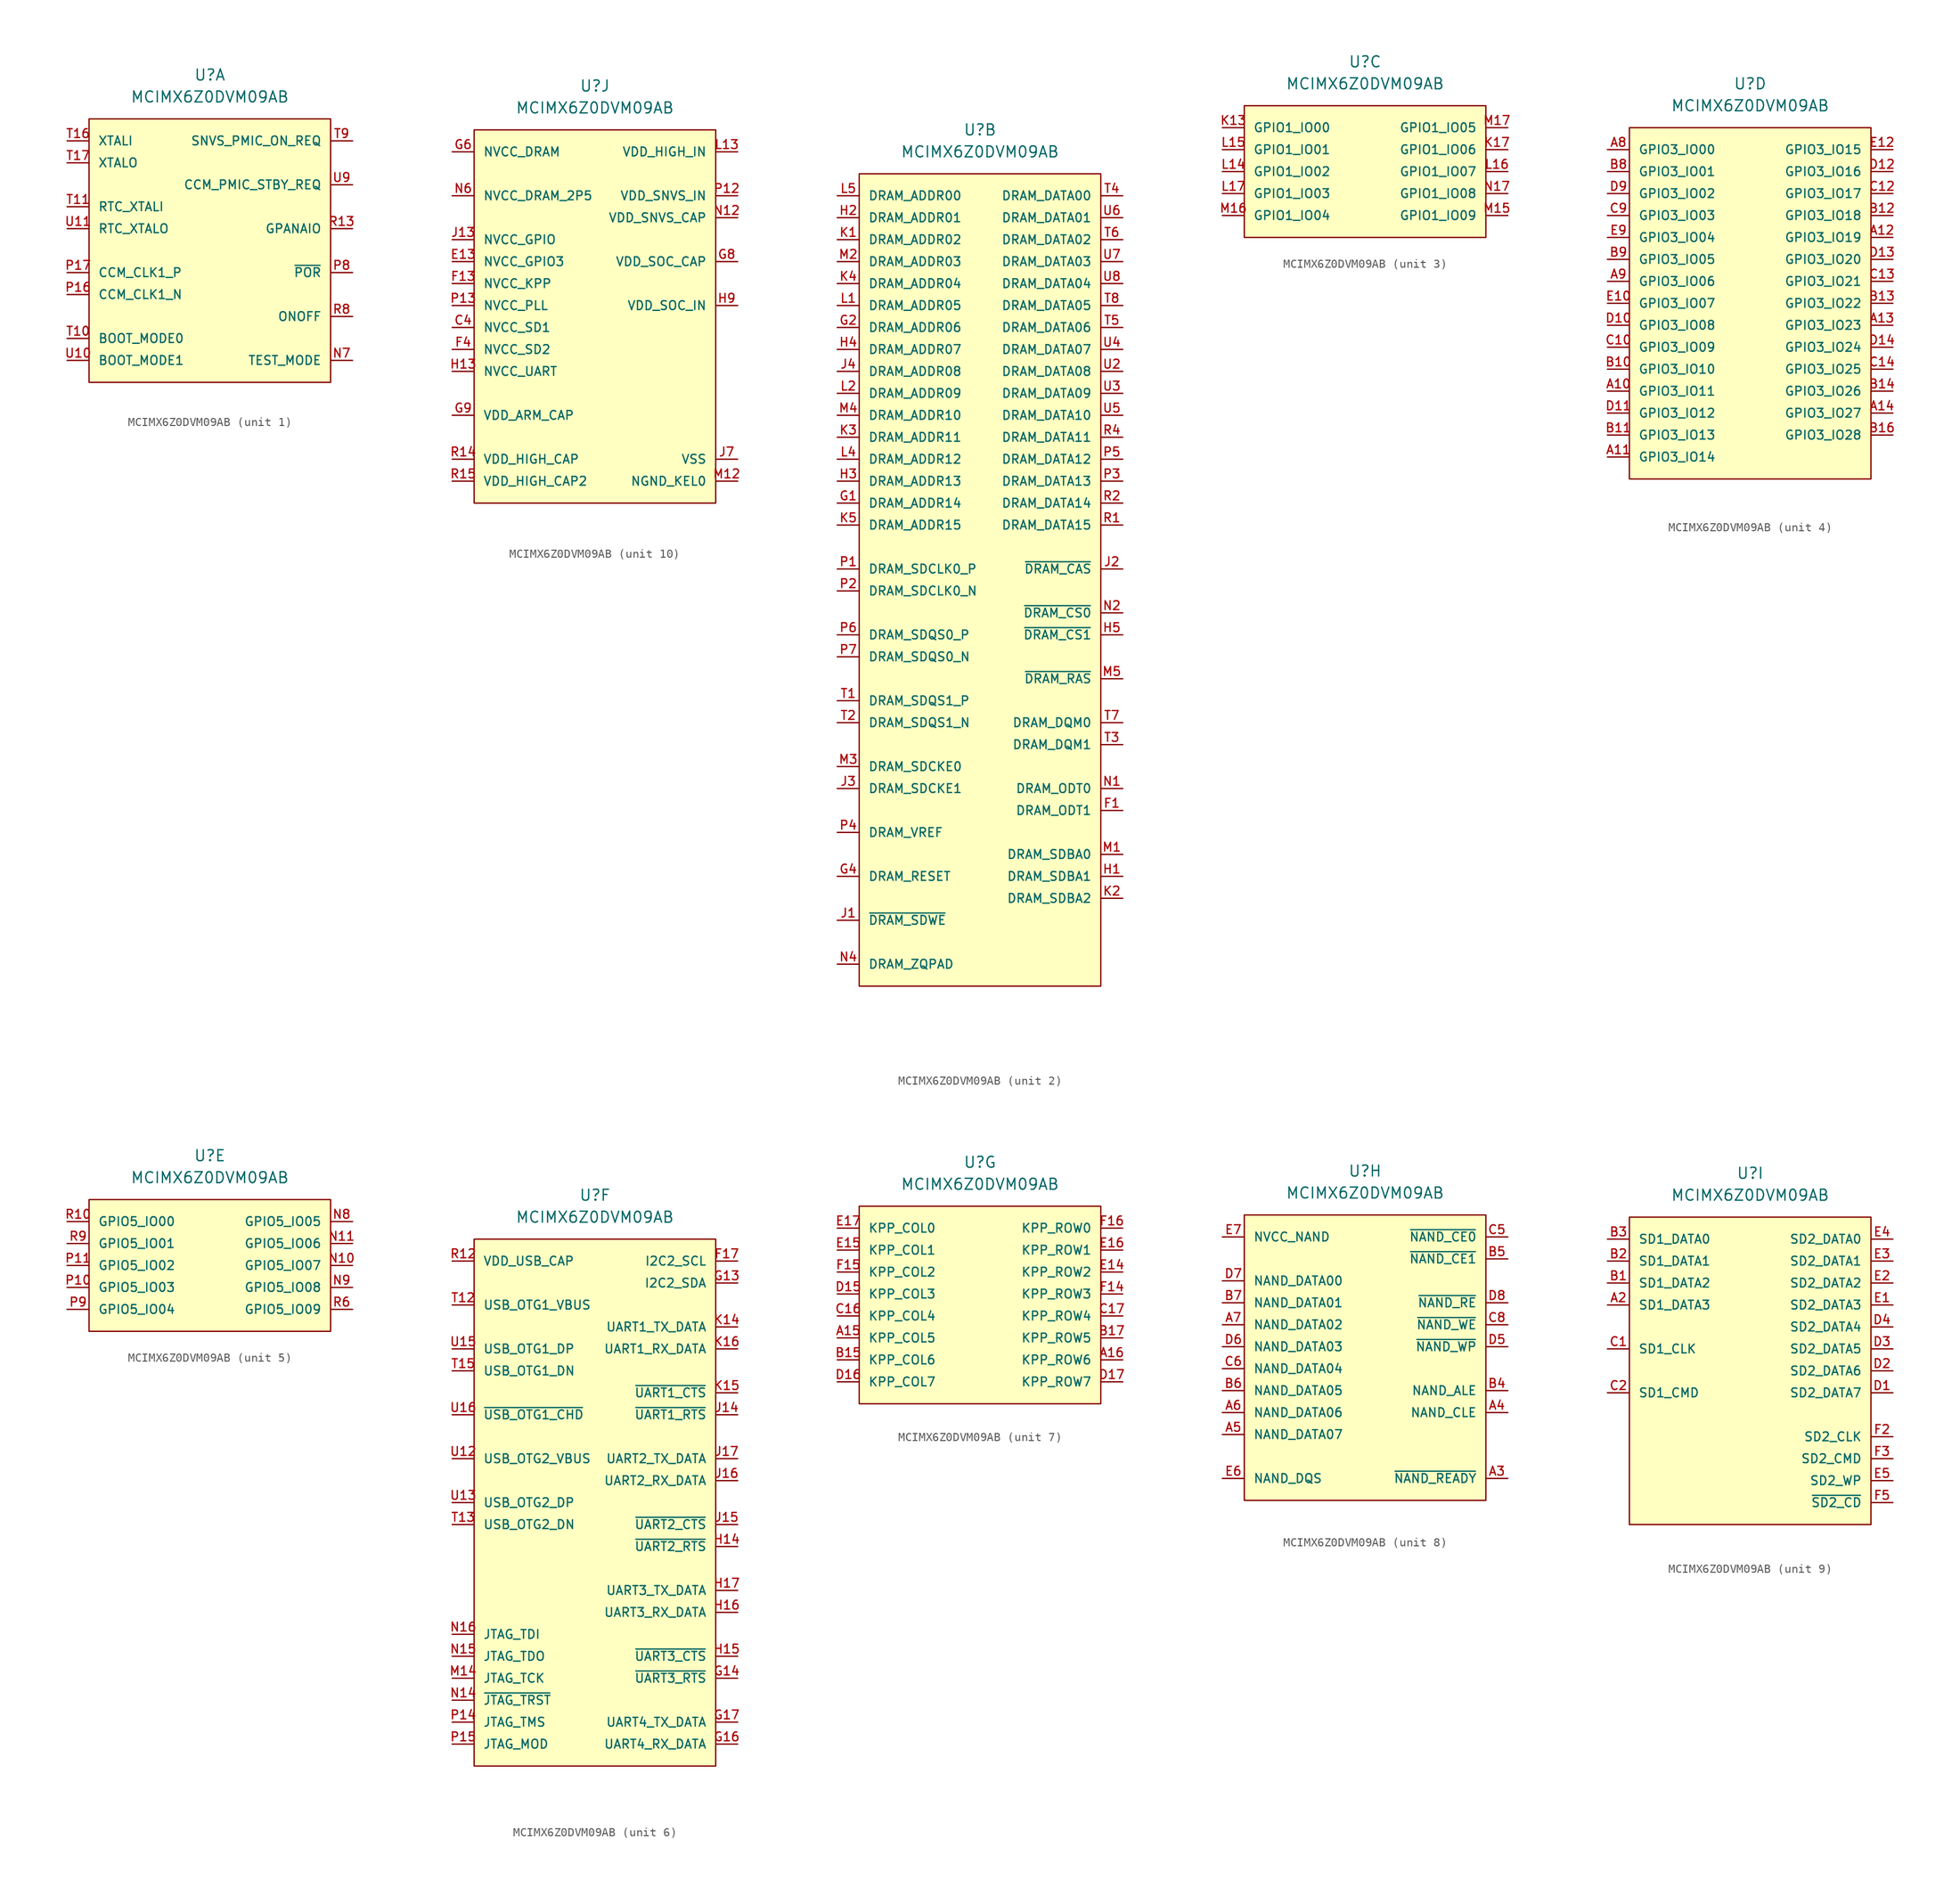
<source format=kicad_sym>
(kicad_symbol_lib
  (version 20220914)
  (generator kicad_symbol_editor)
  (symbol "MCIMX6Z0DVM09AB"
    (pin_names
      (offset 1.016))
    (property "Reference" "U"
      (at 0 5.08 0)
      (effects (font (size 1.27 1.27))))
    (property "Value" "MCIMX6Z0DVM09AB"
      (at 0 2.54 0)
      (effects (font (size 1.27 1.27))))
    (property "ki_locked" ""
      (at 0 0 0)
      (effects (font (size 1.27 1.27))))
    (symbol "MCIMX6Z0DVM09AB_1_1"
      (rectangle (start -13.97 0) (end 13.97 -30.48) (stroke (width 0) (type solid)) (fill (type background)))
      (pin passive line (at 16.51 -27.94 180) (length 2.54) (name "TEST_MODE" (effects (font (size 1.016 1.016)))) (number "N7" (effects (font (size 1.016 1.016)))))
      (pin unspecified line (at -16.51 -20.32 0) (length 2.54) (name "CCM_CLK1_N" (effects (font (size 1.016 1.016)))) (number "P16" (effects (font (size 1.016 1.016)))))
      (pin unspecified line (at -16.51 -17.78 0) (length 2.54) (name "CCM_CLK1_P" (effects (font (size 1.016 1.016)))) (number "P17" (effects (font (size 1.016 1.016)))))
      (pin input line (at 16.51 -17.78 180) (length 2.54) (name "~{POR}" (effects (font (size 1.016 1.016)))) (number "P8" (effects (font (size 1.016 1.016)))))
      (pin unspecified line (at 16.51 -12.7 180) (length 2.54) (name "GPANAIO" (effects (font (size 1.016 1.016)))) (number "R13" (effects (font (size 1.016 1.016)))))
      (pin output line (at 16.51 -22.86 180) (length 2.54) (name "ONOFF" (effects (font (size 1.016 1.016)))) (number "R8" (effects (font (size 1.016 1.016)))))
      (pin input line (at -16.51 -25.4 0) (length 2.54) (name "BOOT_MODE0" (effects (font (size 1.016 1.016)))) (number "T10" (effects (font (size 1.016 1.016)))))
      (pin passive line (at -16.51 -10.16 0) (length 2.54) (name "RTC_XTALI" (effects (font (size 1.016 1.016)))) (number "T11" (effects (font (size 1.016 1.016)))))
      (pin passive line (at -16.51 -2.54 0) (length 2.54) (name "XTALI" (effects (font (size 1.016 1.016)))) (number "T16" (effects (font (size 1.016 1.016)))))
      (pin passive line (at -16.51 -5.08 0) (length 2.54) (name "XTALO" (effects (font (size 1.016 1.016)))) (number "T17" (effects (font (size 1.016 1.016)))))
      (pin unspecified line (at 16.51 -2.54 180) (length 2.54) (name "SNVS_PMIC_ON_REQ" (effects (font (size 1.016 1.016)))) (number "T9" (effects (font (size 1.016 1.016)))))
      (pin input line (at -16.51 -27.94 0) (length 2.54) (name "BOOT_MODE1" (effects (font (size 1.016 1.016)))) (number "U10" (effects (font (size 1.016 1.016)))))
      (pin passive line (at -16.51 -12.7 0) (length 2.54) (name "RTC_XTALO" (effects (font (size 1.016 1.016)))) (number "U11" (effects (font (size 1.016 1.016)))))
      (pin unspecified line (at 16.51 -7.62 180) (length 2.54) (name "CCM_PMIC_STBY_REQ" (effects (font (size 1.016 1.016)))) (number "U9" (effects (font (size 1.016 1.016))))))
    (symbol "MCIMX6Z0DVM09AB_2_1"
      (rectangle (start -13.97 0) (end 13.97 -93.98) (stroke (width 0) (type solid)) (fill (type background)))
      (pin bidirectional line (at 16.51 -73.66 180) (length 2.54) (name "DRAM_ODT1" (effects (font (size 1.016 1.016)))) (number "F1" (effects (font (size 1.016 1.016)))))
      (pin output line (at -16.51 -38.1 0) (length 2.54) (name "DRAM_ADDR14" (effects (font (size 1.016 1.016)))) (number "G1" (effects (font (size 1.016 1.016)))))
      (pin output line (at -16.51 -17.78 0) (length 2.54) (name "DRAM_ADDR06" (effects (font (size 1.016 1.016)))) (number "G2" (effects (font (size 1.016 1.016)))))
      (pin output line (at -16.51 -81.28 0) (length 2.54) (name "DRAM_RESET" (effects (font (size 1.016 1.016)))) (number "G4" (effects (font (size 1.016 1.016)))))
      (pin output line (at 16.51 -81.28 180) (length 2.54) (name "DRAM_SDBA1" (effects (font (size 1.016 1.016)))) (number "H1" (effects (font (size 1.016 1.016)))))
      (pin output line (at -16.51 -5.08 0) (length 2.54) (name "DRAM_ADDR01" (effects (font (size 1.016 1.016)))) (number "H2" (effects (font (size 1.016 1.016)))))
      (pin output line (at -16.51 -35.56 0) (length 2.54) (name "DRAM_ADDR13" (effects (font (size 1.016 1.016)))) (number "H3" (effects (font (size 1.016 1.016)))))
      (pin output line (at -16.51 -20.32 0) (length 2.54) (name "DRAM_ADDR07" (effects (font (size 1.016 1.016)))) (number "H4" (effects (font (size 1.016 1.016)))))
      (pin output line (at 16.51 -53.34 180) (length 2.54) (name "~{DRAM_CS1}" (effects (font (size 1.016 1.016)))) (number "H5" (effects (font (size 1.016 1.016)))))
      (pin output line (at -16.51 -86.36 0) (length 2.54) (name "~{DRAM_SDWE}" (effects (font (size 1.016 1.016)))) (number "J1" (effects (font (size 1.016 1.016)))))
      (pin output line (at 16.51 -45.72 180) (length 2.54) (name "~{DRAM_CAS}" (effects (font (size 1.016 1.016)))) (number "J2" (effects (font (size 1.016 1.016)))))
      (pin output line (at -16.51 -71.12 0) (length 2.54) (name "DRAM_SDCKE1" (effects (font (size 1.016 1.016)))) (number "J3" (effects (font (size 1.016 1.016)))))
      (pin output line (at -16.51 -22.86 0) (length 2.54) (name "DRAM_ADDR08" (effects (font (size 1.016 1.016)))) (number "J4" (effects (font (size 1.016 1.016)))))
      (pin output line (at -16.51 -7.62 0) (length 2.54) (name "DRAM_ADDR02" (effects (font (size 1.016 1.016)))) (number "K1" (effects (font (size 1.016 1.016)))))
      (pin output line (at 16.51 -83.82 180) (length 2.54) (name "DRAM_SDBA2" (effects (font (size 1.016 1.016)))) (number "K2" (effects (font (size 1.016 1.016)))))
      (pin output line (at -16.51 -30.48 0) (length 2.54) (name "DRAM_ADDR11" (effects (font (size 1.016 1.016)))) (number "K3" (effects (font (size 1.016 1.016)))))
      (pin output line (at -16.51 -12.7 0) (length 2.54) (name "DRAM_ADDR04" (effects (font (size 1.016 1.016)))) (number "K4" (effects (font (size 1.016 1.016)))))
      (pin output line (at -16.51 -40.64 0) (length 2.54) (name "DRAM_ADDR15" (effects (font (size 1.016 1.016)))) (number "K5" (effects (font (size 1.016 1.016)))))
      (pin output line (at -16.51 -15.24 0) (length 2.54) (name "DRAM_ADDR05" (effects (font (size 1.016 1.016)))) (number "L1" (effects (font (size 1.016 1.016)))))
      (pin output line (at -16.51 -25.4 0) (length 2.54) (name "DRAM_ADDR09" (effects (font (size 1.016 1.016)))) (number "L2" (effects (font (size 1.016 1.016)))))
      (pin output line (at -16.51 -33.02 0) (length 2.54) (name "DRAM_ADDR12" (effects (font (size 1.016 1.016)))) (number "L4" (effects (font (size 1.016 1.016)))))
      (pin output line (at -16.51 -2.54 0) (length 2.54) (name "DRAM_ADDR00" (effects (font (size 1.016 1.016)))) (number "L5" (effects (font (size 1.016 1.016)))))
      (pin output line (at 16.51 -78.74 180) (length 2.54) (name "DRAM_SDBA0" (effects (font (size 1.016 1.016)))) (number "M1" (effects (font (size 1.016 1.016)))))
      (pin output line (at -16.51 -10.16 0) (length 2.54) (name "DRAM_ADDR03" (effects (font (size 1.016 1.016)))) (number "M2" (effects (font (size 1.016 1.016)))))
      (pin output line (at -16.51 -68.58 0) (length 2.54) (name "DRAM_SDCKE0" (effects (font (size 1.016 1.016)))) (number "M3" (effects (font (size 1.016 1.016)))))
      (pin output line (at -16.51 -27.94 0) (length 2.54) (name "DRAM_ADDR10" (effects (font (size 1.016 1.016)))) (number "M4" (effects (font (size 1.016 1.016)))))
      (pin output line (at 16.51 -58.42 180) (length 2.54) (name "~{DRAM_RAS}" (effects (font (size 1.016 1.016)))) (number "M5" (effects (font (size 1.016 1.016)))))
      (pin bidirectional line (at 16.51 -71.12 180) (length 2.54) (name "DRAM_ODT0" (effects (font (size 1.016 1.016)))) (number "N1" (effects (font (size 1.016 1.016)))))
      (pin output line (at 16.51 -50.8 180) (length 2.54) (name "~{DRAM_CS0}" (effects (font (size 1.016 1.016)))) (number "N2" (effects (font (size 1.016 1.016)))))
      (pin unspecified line (at -16.51 -91.44 0) (length 2.54) (name "DRAM_ZQPAD" (effects (font (size 1.016 1.016)))) (number "N4" (effects (font (size 1.016 1.016)))))
      (pin output line (at -16.51 -45.72 0) (length 2.54) (name "DRAM_SDCLK0_P" (effects (font (size 1.016 1.016)))) (number "P1" (effects (font (size 1.016 1.016)))))
      (pin output line (at -16.51 -48.26 0) (length 2.54) (name "DRAM_SDCLK0_N" (effects (font (size 1.016 1.016)))) (number "P2" (effects (font (size 1.016 1.016)))))
      (pin bidirectional line (at 16.51 -35.56 180) (length 2.54) (name "DRAM_DATA13" (effects (font (size 1.016 1.016)))) (number "P3" (effects (font (size 1.016 1.016)))))
      (pin unspecified line (at -16.51 -76.2 0) (length 2.54) (name "DRAM_VREF" (effects (font (size 1.016 1.016)))) (number "P4" (effects (font (size 1.016 1.016)))))
      (pin bidirectional line (at 16.51 -33.02 180) (length 2.54) (name "DRAM_DATA12" (effects (font (size 1.016 1.016)))) (number "P5" (effects (font (size 1.016 1.016)))))
      (pin unspecified line (at -16.51 -53.34 0) (length 2.54) (name "DRAM_SDQS0_P" (effects (font (size 1.016 1.016)))) (number "P6" (effects (font (size 1.016 1.016)))))
      (pin unspecified line (at -16.51 -55.88 0) (length 2.54) (name "DRAM_SDQS0_N" (effects (font (size 1.016 1.016)))) (number "P7" (effects (font (size 1.016 1.016)))))
      (pin bidirectional line (at 16.51 -40.64 180) (length 2.54) (name "DRAM_DATA15" (effects (font (size 1.016 1.016)))) (number "R1" (effects (font (size 1.016 1.016)))))
      (pin bidirectional line (at 16.51 -38.1 180) (length 2.54) (name "DRAM_DATA14" (effects (font (size 1.016 1.016)))) (number "R2" (effects (font (size 1.016 1.016)))))
      (pin bidirectional line (at 16.51 -30.48 180) (length 2.54) (name "DRAM_DATA11" (effects (font (size 1.016 1.016)))) (number "R4" (effects (font (size 1.016 1.016)))))
      (pin unspecified line (at -16.51 -60.96 0) (length 2.54) (name "DRAM_SDQS1_P" (effects (font (size 1.016 1.016)))) (number "T1" (effects (font (size 1.016 1.016)))))
      (pin unspecified line (at -16.51 -63.5 0) (length 2.54) (name "DRAM_SDQS1_N" (effects (font (size 1.016 1.016)))) (number "T2" (effects (font (size 1.016 1.016)))))
      (pin unspecified line (at 16.51 -66.04 180) (length 2.54) (name "DRAM_DQM1" (effects (font (size 1.016 1.016)))) (number "T3" (effects (font (size 1.016 1.016)))))
      (pin bidirectional line (at 16.51 -2.54 180) (length 2.54) (name "DRAM_DATA00" (effects (font (size 1.016 1.016)))) (number "T4" (effects (font (size 1.016 1.016)))))
      (pin bidirectional line (at 16.51 -17.78 180) (length 2.54) (name "DRAM_DATA06" (effects (font (size 1.016 1.016)))) (number "T5" (effects (font (size 1.016 1.016)))))
      (pin bidirectional line (at 16.51 -7.62 180) (length 2.54) (name "DRAM_DATA02" (effects (font (size 1.016 1.016)))) (number "T6" (effects (font (size 1.016 1.016)))))
      (pin unspecified line (at 16.51 -63.5 180) (length 2.54) (name "DRAM_DQM0" (effects (font (size 1.016 1.016)))) (number "T7" (effects (font (size 1.016 1.016)))))
      (pin bidirectional line (at 16.51 -15.24 180) (length 2.54) (name "DRAM_DATA05" (effects (font (size 1.016 1.016)))) (number "T8" (effects (font (size 1.016 1.016)))))
      (pin bidirectional line (at 16.51 -22.86 180) (length 2.54) (name "DRAM_DATA08" (effects (font (size 1.016 1.016)))) (number "U2" (effects (font (size 1.016 1.016)))))
      (pin bidirectional line (at 16.51 -25.4 180) (length 2.54) (name "DRAM_DATA09" (effects (font (size 1.016 1.016)))) (number "U3" (effects (font (size 1.016 1.016)))))
      (pin bidirectional line (at 16.51 -20.32 180) (length 2.54) (name "DRAM_DATA07" (effects (font (size 1.016 1.016)))) (number "U4" (effects (font (size 1.016 1.016)))))
      (pin bidirectional line (at 16.51 -27.94 180) (length 2.54) (name "DRAM_DATA10" (effects (font (size 1.016 1.016)))) (number "U5" (effects (font (size 1.016 1.016)))))
      (pin bidirectional line (at 16.51 -5.08 180) (length 2.54) (name "DRAM_DATA01" (effects (font (size 1.016 1.016)))) (number "U6" (effects (font (size 1.016 1.016)))))
      (pin bidirectional line (at 16.51 -10.16 180) (length 2.54) (name "DRAM_DATA03" (effects (font (size 1.016 1.016)))) (number "U7" (effects (font (size 1.016 1.016)))))
      (pin bidirectional line (at 16.51 -12.7 180) (length 2.54) (name "DRAM_DATA04" (effects (font (size 1.016 1.016)))) (number "U8" (effects (font (size 1.016 1.016))))))
    (symbol "MCIMX6Z0DVM09AB_3_1"
      (rectangle (start -13.97 0) (end 13.97 -15.24) (stroke (width 0) (type solid)) (fill (type background)))
      (pin unspecified line (at -16.51 -2.54 0) (length 2.54) (name "GPIO1_IO00" (effects (font (size 1.016 1.016)))) (number "K13" (effects (font (size 1.016 1.016)))))
      (pin unspecified line (at 16.51 -5.08 180) (length 2.54) (name "GPIO1_IO06" (effects (font (size 1.016 1.016)))) (number "K17" (effects (font (size 1.016 1.016)))))
      (pin unspecified line (at -16.51 -7.62 0) (length 2.54) (name "GPIO1_IO02" (effects (font (size 1.016 1.016)))) (number "L14" (effects (font (size 1.016 1.016)))))
      (pin unspecified line (at -16.51 -5.08 0) (length 2.54) (name "GPIO1_IO01" (effects (font (size 1.016 1.016)))) (number "L15" (effects (font (size 1.016 1.016)))))
      (pin unspecified line (at 16.51 -7.62 180) (length 2.54) (name "GPIO1_IO07" (effects (font (size 1.016 1.016)))) (number "L16" (effects (font (size 1.016 1.016)))))
      (pin unspecified line (at -16.51 -10.16 0) (length 2.54) (name "GPIO1_IO03" (effects (font (size 1.016 1.016)))) (number "L17" (effects (font (size 1.016 1.016)))))
      (pin unspecified line (at 16.51 -12.7 180) (length 2.54) (name "GPIO1_IO09" (effects (font (size 1.016 1.016)))) (number "M15" (effects (font (size 1.016 1.016)))))
      (pin unspecified line (at -16.51 -12.7 0) (length 2.54) (name "GPIO1_IO04" (effects (font (size 1.016 1.016)))) (number "M16" (effects (font (size 1.016 1.016)))))
      (pin unspecified line (at 16.51 -2.54 180) (length 2.54) (name "GPIO1_IO05" (effects (font (size 1.016 1.016)))) (number "M17" (effects (font (size 1.016 1.016)))))
      (pin unspecified line (at 16.51 -10.16 180) (length 2.54) (name "GPIO1_IO08" (effects (font (size 1.016 1.016)))) (number "N17" (effects (font (size 1.016 1.016))))))
    (symbol "MCIMX6Z0DVM09AB_4_1"
      (rectangle (start -13.97 0) (end 13.97 -40.64) (stroke (width 0) (type solid)) (fill (type background)))
      (pin unspecified line (at -16.51 -30.48 0) (length 2.54) (name "GPIO3_IO11" (effects (font (size 1.016 1.016)))) (number "A10" (effects (font (size 1.016 1.016)))))
      (pin unspecified line (at -16.51 -38.1 0) (length 2.54) (name "GPIO3_IO14" (effects (font (size 1.016 1.016)))) (number "A11" (effects (font (size 1.016 1.016)))))
      (pin unspecified line (at 16.51 -12.7 180) (length 2.54) (name "GPIO3_IO19" (effects (font (size 1.016 1.016)))) (number "A12" (effects (font (size 1.016 1.016)))))
      (pin unspecified line (at 16.51 -22.86 180) (length 2.54) (name "GPIO3_IO23" (effects (font (size 1.016 1.016)))) (number "A13" (effects (font (size 1.016 1.016)))))
      (pin unspecified line (at 16.51 -33.02 180) (length 2.54) (name "GPIO3_IO27" (effects (font (size 1.016 1.016)))) (number "A14" (effects (font (size 1.016 1.016)))))
      (pin unspecified line (at -16.51 -2.54 0) (length 2.54) (name "GPIO3_IO00" (effects (font (size 1.016 1.016)))) (number "A8" (effects (font (size 1.016 1.016)))))
      (pin unspecified line (at -16.51 -17.78 0) (length 2.54) (name "GPIO3_IO06" (effects (font (size 1.016 1.016)))) (number "A9" (effects (font (size 1.016 1.016)))))
      (pin unspecified line (at -16.51 -27.94 0) (length 2.54) (name "GPIO3_IO10" (effects (font (size 1.016 1.016)))) (number "B10" (effects (font (size 1.016 1.016)))))
      (pin unspecified line (at -16.51 -35.56 0) (length 2.54) (name "GPIO3_IO13" (effects (font (size 1.016 1.016)))) (number "B11" (effects (font (size 1.016 1.016)))))
      (pin unspecified line (at 16.51 -10.16 180) (length 2.54) (name "GPIO3_IO18" (effects (font (size 1.016 1.016)))) (number "B12" (effects (font (size 1.016 1.016)))))
      (pin unspecified line (at 16.51 -20.32 180) (length 2.54) (name "GPIO3_IO22" (effects (font (size 1.016 1.016)))) (number "B13" (effects (font (size 1.016 1.016)))))
      (pin unspecified line (at 16.51 -30.48 180) (length 2.54) (name "GPIO3_IO26" (effects (font (size 1.016 1.016)))) (number "B14" (effects (font (size 1.016 1.016)))))
      (pin unspecified line (at 16.51 -35.56 180) (length 2.54) (name "GPIO3_IO28" (effects (font (size 1.016 1.016)))) (number "B16" (effects (font (size 1.016 1.016)))))
      (pin unspecified line (at -16.51 -5.08 0) (length 2.54) (name "GPIO3_IO01" (effects (font (size 1.016 1.016)))) (number "B8" (effects (font (size 1.016 1.016)))))
      (pin unspecified line (at -16.51 -15.24 0) (length 2.54) (name "GPIO3_IO05" (effects (font (size 1.016 1.016)))) (number "B9" (effects (font (size 1.016 1.016)))))
      (pin unspecified line (at -16.51 -25.4 0) (length 2.54) (name "GPIO3_IO09" (effects (font (size 1.016 1.016)))) (number "C10" (effects (font (size 1.016 1.016)))))
      (pin unspecified line (at 16.51 -7.62 180) (length 2.54) (name "GPIO3_IO17" (effects (font (size 1.016 1.016)))) (number "C12" (effects (font (size 1.016 1.016)))))
      (pin unspecified line (at 16.51 -17.78 180) (length 2.54) (name "GPIO3_IO21" (effects (font (size 1.016 1.016)))) (number "C13" (effects (font (size 1.016 1.016)))))
      (pin unspecified line (at 16.51 -27.94 180) (length 2.54) (name "GPIO3_IO25" (effects (font (size 1.016 1.016)))) (number "C14" (effects (font (size 1.016 1.016)))))
      (pin unspecified line (at -16.51 -10.16 0) (length 2.54) (name "GPIO3_IO03" (effects (font (size 1.016 1.016)))) (number "C9" (effects (font (size 1.016 1.016)))))
      (pin unspecified line (at -16.51 -22.86 0) (length 2.54) (name "GPIO3_IO08" (effects (font (size 1.016 1.016)))) (number "D10" (effects (font (size 1.016 1.016)))))
      (pin unspecified line (at -16.51 -33.02 0) (length 2.54) (name "GPIO3_IO12" (effects (font (size 1.016 1.016)))) (number "D11" (effects (font (size 1.016 1.016)))))
      (pin unspecified line (at 16.51 -5.08 180) (length 2.54) (name "GPIO3_IO16" (effects (font (size 1.016 1.016)))) (number "D12" (effects (font (size 1.016 1.016)))))
      (pin unspecified line (at 16.51 -15.24 180) (length 2.54) (name "GPIO3_IO20" (effects (font (size 1.016 1.016)))) (number "D13" (effects (font (size 1.016 1.016)))))
      (pin unspecified line (at 16.51 -25.4 180) (length 2.54) (name "GPIO3_IO24" (effects (font (size 1.016 1.016)))) (number "D14" (effects (font (size 1.016 1.016)))))
      (pin unspecified line (at -16.51 -7.62 0) (length 2.54) (name "GPIO3_IO02" (effects (font (size 1.016 1.016)))) (number "D9" (effects (font (size 1.016 1.016)))))
      (pin unspecified line (at -16.51 -20.32 0) (length 2.54) (name "GPIO3_IO07" (effects (font (size 1.016 1.016)))) (number "E10" (effects (font (size 1.016 1.016)))))
      (pin unspecified line (at 16.51 -2.54 180) (length 2.54) (name "GPIO3_IO15" (effects (font (size 1.016 1.016)))) (number "E12" (effects (font (size 1.016 1.016)))))
      (pin unspecified line (at -16.51 -12.7 0) (length 2.54) (name "GPIO3_IO04" (effects (font (size 1.016 1.016)))) (number "E9" (effects (font (size 1.016 1.016))))))
    (symbol "MCIMX6Z0DVM09AB_5_1"
      (rectangle (start -13.97 0) (end 13.97 -15.24) (stroke (width 0) (type solid)) (fill (type background)))
      (pin unspecified line (at 16.51 -7.62 180) (length 2.54) (name "GPIO5_IO07" (effects (font (size 1.016 1.016)))) (number "N10" (effects (font (size 1.016 1.016)))))
      (pin unspecified line (at 16.51 -5.08 180) (length 2.54) (name "GPIO5_IO06" (effects (font (size 1.016 1.016)))) (number "N11" (effects (font (size 1.016 1.016)))))
      (pin unspecified line (at 16.51 -2.54 180) (length 2.54) (name "GPIO5_IO05" (effects (font (size 1.016 1.016)))) (number "N8" (effects (font (size 1.016 1.016)))))
      (pin unspecified line (at 16.51 -10.16 180) (length 2.54) (name "GPIO5_IO08" (effects (font (size 1.016 1.016)))) (number "N9" (effects (font (size 1.016 1.016)))))
      (pin unspecified line (at -16.51 -10.16 0) (length 2.54) (name "GPIO5_IO03" (effects (font (size 1.016 1.016)))) (number "P10" (effects (font (size 1.016 1.016)))))
      (pin unspecified line (at -16.51 -7.62 0) (length 2.54) (name "GPIO5_IO02" (effects (font (size 1.016 1.016)))) (number "P11" (effects (font (size 1.016 1.016)))))
      (pin unspecified line (at -16.51 -12.7 0) (length 2.54) (name "GPIO5_IO04" (effects (font (size 1.016 1.016)))) (number "P9" (effects (font (size 1.016 1.016)))))
      (pin unspecified line (at -16.51 -2.54 0) (length 2.54) (name "GPIO5_IO00" (effects (font (size 1.016 1.016)))) (number "R10" (effects (font (size 1.016 1.016)))))
      (pin unspecified line (at 16.51 -12.7 180) (length 2.54) (name "GPIO5_IO09" (effects (font (size 1.016 1.016)))) (number "R6" (effects (font (size 1.016 1.016)))))
      (pin unspecified line (at -16.51 -5.08 0) (length 2.54) (name "GPIO5_IO01" (effects (font (size 1.016 1.016)))) (number "R9" (effects (font (size 1.016 1.016))))))
    (symbol "MCIMX6Z0DVM09AB_6_1"
      (rectangle (start -13.97 0) (end 13.97 -60.96) (stroke (width 0) (type solid)) (fill (type background)))
      (pin unspecified line (at 16.51 -2.54 180) (length 2.54) (name "I2C2_SCL" (effects (font (size 1.016 1.016)))) (number "F17" (effects (font (size 1.016 1.016)))))
      (pin unspecified line (at 16.51 -5.08 180) (length 2.54) (name "I2C2_SDA" (effects (font (size 1.016 1.016)))) (number "G13" (effects (font (size 1.016 1.016)))))
      (pin unspecified line (at 16.51 -50.8 180) (length 2.54) (name "~{UART3_RTS}" (effects (font (size 1.016 1.016)))) (number "G14" (effects (font (size 1.016 1.016)))))
      (pin unspecified line (at 16.51 -58.42 180) (length 2.54) (name "UART4_RX_DATA" (effects (font (size 1.016 1.016)))) (number "G16" (effects (font (size 1.016 1.016)))))
      (pin unspecified line (at 16.51 -55.88 180) (length 2.54) (name "UART4_TX_DATA" (effects (font (size 1.016 1.016)))) (number "G17" (effects (font (size 1.016 1.016)))))
      (pin unspecified line (at 16.51 -35.56 180) (length 2.54) (name "~{UART2_RTS}" (effects (font (size 1.016 1.016)))) (number "H14" (effects (font (size 1.016 1.016)))))
      (pin unspecified line (at 16.51 -48.26 180) (length 2.54) (name "~{UART3_CTS}" (effects (font (size 1.016 1.016)))) (number "H15" (effects (font (size 1.016 1.016)))))
      (pin unspecified line (at 16.51 -43.18 180) (length 2.54) (name "UART3_RX_DATA" (effects (font (size 1.016 1.016)))) (number "H16" (effects (font (size 1.016 1.016)))))
      (pin unspecified line (at 16.51 -40.64 180) (length 2.54) (name "UART3_TX_DATA" (effects (font (size 1.016 1.016)))) (number "H17" (effects (font (size 1.016 1.016)))))
      (pin unspecified line (at 16.51 -20.32 180) (length 2.54) (name "~{UART1_RTS}" (effects (font (size 1.016 1.016)))) (number "J14" (effects (font (size 1.016 1.016)))))
      (pin unspecified line (at 16.51 -33.02 180) (length 2.54) (name "~{UART2_CTS}" (effects (font (size 1.016 1.016)))) (number "J15" (effects (font (size 1.016 1.016)))))
      (pin unspecified line (at 16.51 -27.94 180) (length 2.54) (name "UART2_RX_DATA" (effects (font (size 1.016 1.016)))) (number "J16" (effects (font (size 1.016 1.016)))))
      (pin unspecified line (at 16.51 -25.4 180) (length 2.54) (name "UART2_TX_DATA" (effects (font (size 1.016 1.016)))) (number "J17" (effects (font (size 1.016 1.016)))))
      (pin unspecified line (at 16.51 -10.16 180) (length 2.54) (name "UART1_TX_DATA" (effects (font (size 1.016 1.016)))) (number "K14" (effects (font (size 1.016 1.016)))))
      (pin unspecified line (at 16.51 -17.78 180) (length 2.54) (name "~{UART1_CTS}" (effects (font (size 1.016 1.016)))) (number "K15" (effects (font (size 1.016 1.016)))))
      (pin unspecified line (at 16.51 -12.7 180) (length 2.54) (name "UART1_RX_DATA" (effects (font (size 1.016 1.016)))) (number "K16" (effects (font (size 1.016 1.016)))))
      (pin unspecified line (at -16.51 -50.8 0) (length 2.54) (name "JTAG_TCK" (effects (font (size 1.016 1.016)))) (number "M14" (effects (font (size 1.016 1.016)))))
      (pin unspecified line (at -16.51 -53.34 0) (length 2.54) (name "~{JTAG_TRST}" (effects (font (size 1.016 1.016)))) (number "N14" (effects (font (size 1.016 1.016)))))
      (pin unspecified line (at -16.51 -48.26 0) (length 2.54) (name "JTAG_TDO" (effects (font (size 1.016 1.016)))) (number "N15" (effects (font (size 1.016 1.016)))))
      (pin unspecified line (at -16.51 -45.72 0) (length 2.54) (name "JTAG_TDI" (effects (font (size 1.016 1.016)))) (number "N16" (effects (font (size 1.016 1.016)))))
      (pin unspecified line (at -16.51 -55.88 0) (length 2.54) (name "JTAG_TMS" (effects (font (size 1.016 1.016)))) (number "P14" (effects (font (size 1.016 1.016)))))
      (pin unspecified line (at -16.51 -58.42 0) (length 2.54) (name "JTAG_MOD" (effects (font (size 1.016 1.016)))) (number "P15" (effects (font (size 1.016 1.016)))))
      (pin unspecified line (at -16.51 -2.54 0) (length 2.54) (name "VDD_USB_CAP" (effects (font (size 1.016 1.016)))) (number "R12" (effects (font (size 1.016 1.016)))))
      (pin input line (at -16.51 -7.62 0) (length 2.54) (name "USB_OTG1_VBUS" (effects (font (size 1.016 1.016)))) (number "T12" (effects (font (size 1.016 1.016)))))
      (pin bidirectional line (at -16.51 -33.02 0) (length 2.54) (name "USB_OTG2_DN" (effects (font (size 1.016 1.016)))) (number "T13" (effects (font (size 1.016 1.016)))))
      (pin bidirectional line (at -16.51 -15.24 0) (length 2.54) (name "USB_OTG1_DN" (effects (font (size 1.016 1.016)))) (number "T15" (effects (font (size 1.016 1.016)))))
      (pin power_in line (at -16.51 -25.4 0) (length 2.54) (name "USB_OTG2_VBUS" (effects (font (size 1.016 1.016)))) (number "U12" (effects (font (size 1.016 1.016)))))
      (pin bidirectional line (at -16.51 -30.48 0) (length 2.54) (name "USB_OTG2_DP" (effects (font (size 1.016 1.016)))) (number "U13" (effects (font (size 1.016 1.016)))))
      (pin bidirectional line (at -16.51 -12.7 0) (length 2.54) (name "USB_OTG1_DP" (effects (font (size 1.016 1.016)))) (number "U15" (effects (font (size 1.016 1.016)))))
      (pin unspecified line (at -16.51 -20.32 0) (length 2.54) (name "~{USB_OTG1_CHD}" (effects (font (size 1.016 1.016)))) (number "U16" (effects (font (size 1.016 1.016))))))
    (symbol "MCIMX6Z0DVM09AB_7_1"
      (rectangle (start -13.97 0) (end 13.97 -22.86) (stroke (width 0) (type solid)) (fill (type background)))
      (pin unspecified line (at -16.51 -15.24 0) (length 2.54) (name "KPP_COL5" (effects (font (size 1.016 1.016)))) (number "A15" (effects (font (size 1.016 1.016)))))
      (pin unspecified line (at 16.51 -17.78 180) (length 2.54) (name "KPP_ROW6" (effects (font (size 1.016 1.016)))) (number "A16" (effects (font (size 1.016 1.016)))))
      (pin unspecified line (at -16.51 -17.78 0) (length 2.54) (name "KPP_COL6" (effects (font (size 1.016 1.016)))) (number "B15" (effects (font (size 1.016 1.016)))))
      (pin unspecified line (at 16.51 -15.24 180) (length 2.54) (name "KPP_ROW5" (effects (font (size 1.016 1.016)))) (number "B17" (effects (font (size 1.016 1.016)))))
      (pin unspecified line (at -16.51 -12.7 0) (length 2.54) (name "KPP_COL4" (effects (font (size 1.016 1.016)))) (number "C16" (effects (font (size 1.016 1.016)))))
      (pin unspecified line (at 16.51 -12.7 180) (length 2.54) (name "KPP_ROW4" (effects (font (size 1.016 1.016)))) (number "C17" (effects (font (size 1.016 1.016)))))
      (pin unspecified line (at -16.51 -10.16 0) (length 2.54) (name "KPP_COL3" (effects (font (size 1.016 1.016)))) (number "D15" (effects (font (size 1.016 1.016)))))
      (pin unspecified line (at -16.51 -20.32 0) (length 2.54) (name "KPP_COL7" (effects (font (size 1.016 1.016)))) (number "D16" (effects (font (size 1.016 1.016)))))
      (pin unspecified line (at 16.51 -20.32 180) (length 2.54) (name "KPP_ROW7" (effects (font (size 1.016 1.016)))) (number "D17" (effects (font (size 1.016 1.016)))))
      (pin unspecified line (at 16.51 -7.62 180) (length 2.54) (name "KPP_ROW2" (effects (font (size 1.016 1.016)))) (number "E14" (effects (font (size 1.016 1.016)))))
      (pin unspecified line (at -16.51 -5.08 0) (length 2.54) (name "KPP_COL1" (effects (font (size 1.016 1.016)))) (number "E15" (effects (font (size 1.016 1.016)))))
      (pin unspecified line (at 16.51 -5.08 180) (length 2.54) (name "KPP_ROW1" (effects (font (size 1.016 1.016)))) (number "E16" (effects (font (size 1.016 1.016)))))
      (pin unspecified line (at -16.51 -2.54 0) (length 2.54) (name "KPP_COL0" (effects (font (size 1.016 1.016)))) (number "E17" (effects (font (size 1.016 1.016)))))
      (pin unspecified line (at 16.51 -10.16 180) (length 2.54) (name "KPP_ROW3" (effects (font (size 1.016 1.016)))) (number "F14" (effects (font (size 1.016 1.016)))))
      (pin unspecified line (at -16.51 -7.62 0) (length 2.54) (name "KPP_COL2" (effects (font (size 1.016 1.016)))) (number "F15" (effects (font (size 1.016 1.016)))))
      (pin unspecified line (at 16.51 -2.54 180) (length 2.54) (name "KPP_ROW0" (effects (font (size 1.016 1.016)))) (number "F16" (effects (font (size 1.016 1.016))))))
    (symbol "MCIMX6Z0DVM09AB_8_1"
      (rectangle (start -13.97 0) (end 13.97 -33.02) (stroke (width 0) (type solid)) (fill (type background)))
      (pin unspecified line (at 16.51 -30.48 180) (length 2.54) (name "~{NAND_READY}" (effects (font (size 1.016 1.016)))) (number "A3" (effects (font (size 1.016 1.016)))))
      (pin unspecified line (at 16.51 -22.86 180) (length 2.54) (name "NAND_CLE" (effects (font (size 1.016 1.016)))) (number "A4" (effects (font (size 1.016 1.016)))))
      (pin unspecified line (at -16.51 -25.4 0) (length 2.54) (name "NAND_DATA07" (effects (font (size 1.016 1.016)))) (number "A5" (effects (font (size 1.016 1.016)))))
      (pin unspecified line (at -16.51 -22.86 0) (length 2.54) (name "NAND_DATA06" (effects (font (size 1.016 1.016)))) (number "A6" (effects (font (size 1.016 1.016)))))
      (pin unspecified line (at -16.51 -12.7 0) (length 2.54) (name "NAND_DATA02" (effects (font (size 1.016 1.016)))) (number "A7" (effects (font (size 1.016 1.016)))))
      (pin unspecified line (at 16.51 -20.32 180) (length 2.54) (name "NAND_ALE" (effects (font (size 1.016 1.016)))) (number "B4" (effects (font (size 1.016 1.016)))))
      (pin unspecified line (at 16.51 -5.08 180) (length 2.54) (name "~{NAND_CE1}" (effects (font (size 1.016 1.016)))) (number "B5" (effects (font (size 1.016 1.016)))))
      (pin unspecified line (at -16.51 -20.32 0) (length 2.54) (name "NAND_DATA05" (effects (font (size 1.016 1.016)))) (number "B6" (effects (font (size 1.016 1.016)))))
      (pin unspecified line (at -16.51 -10.16 0) (length 2.54) (name "NAND_DATA01" (effects (font (size 1.016 1.016)))) (number "B7" (effects (font (size 1.016 1.016)))))
      (pin unspecified line (at 16.51 -2.54 180) (length 2.54) (name "~{NAND_CE0}" (effects (font (size 1.016 1.016)))) (number "C5" (effects (font (size 1.016 1.016)))))
      (pin unspecified line (at -16.51 -17.78 0) (length 2.54) (name "NAND_DATA04" (effects (font (size 1.016 1.016)))) (number "C6" (effects (font (size 1.016 1.016)))))
      (pin unspecified line (at 16.51 -12.7 180) (length 2.54) (name "~{NAND_WE}" (effects (font (size 1.016 1.016)))) (number "C8" (effects (font (size 1.016 1.016)))))
      (pin unspecified line (at 16.51 -15.24 180) (length 2.54) (name "~{NAND_WP}" (effects (font (size 1.016 1.016)))) (number "D5" (effects (font (size 1.016 1.016)))))
      (pin unspecified line (at -16.51 -15.24 0) (length 2.54) (name "NAND_DATA03" (effects (font (size 1.016 1.016)))) (number "D6" (effects (font (size 1.016 1.016)))))
      (pin unspecified line (at -16.51 -7.62 0) (length 2.54) (name "NAND_DATA00" (effects (font (size 1.016 1.016)))) (number "D7" (effects (font (size 1.016 1.016)))))
      (pin unspecified line (at 16.51 -10.16 180) (length 2.54) (name "~{NAND_RE}" (effects (font (size 1.016 1.016)))) (number "D8" (effects (font (size 1.016 1.016)))))
      (pin unspecified line (at -16.51 -30.48 0) (length 2.54) (name "NAND_DQS" (effects (font (size 1.016 1.016)))) (number "E6" (effects (font (size 1.016 1.016)))))
      (pin unspecified line (at -16.51 -2.54 0) (length 2.54) (name "NVCC_NAND" (effects (font (size 1.016 1.016)))) (number "E7" (effects (font (size 1.016 1.016))))))
    (symbol "MCIMX6Z0DVM09AB_9_1"
      (rectangle (start -13.97 0) (end 13.97 -35.56) (stroke (width 0) (type solid)) (fill (type background)))
      (pin unspecified line (at -16.51 -10.16 0) (length 2.54) (name "SD1_DATA3" (effects (font (size 1.016 1.016)))) (number "A2" (effects (font (size 1.016 1.016)))))
      (pin unspecified line (at -16.51 -7.62 0) (length 2.54) (name "SD1_DATA2" (effects (font (size 1.016 1.016)))) (number "B1" (effects (font (size 1.016 1.016)))))
      (pin unspecified line (at -16.51 -5.08 0) (length 2.54) (name "SD1_DATA1" (effects (font (size 1.016 1.016)))) (number "B2" (effects (font (size 1.016 1.016)))))
      (pin unspecified line (at -16.51 -2.54 0) (length 2.54) (name "SD1_DATA0" (effects (font (size 1.016 1.016)))) (number "B3" (effects (font (size 1.016 1.016)))))
      (pin unspecified line (at -16.51 -15.24 0) (length 2.54) (name "SD1_CLK" (effects (font (size 1.016 1.016)))) (number "C1" (effects (font (size 1.016 1.016)))))
      (pin unspecified line (at -16.51 -20.32 0) (length 2.54) (name "SD1_CMD" (effects (font (size 1.016 1.016)))) (number "C2" (effects (font (size 1.016 1.016)))))
      (pin unspecified line (at 16.51 -20.32 180) (length 2.54) (name "SD2_DATA7" (effects (font (size 1.016 1.016)))) (number "D1" (effects (font (size 1.016 1.016)))))
      (pin unspecified line (at 16.51 -17.78 180) (length 2.54) (name "SD2_DATA6" (effects (font (size 1.016 1.016)))) (number "D2" (effects (font (size 1.016 1.016)))))
      (pin unspecified line (at 16.51 -15.24 180) (length 2.54) (name "SD2_DATA5" (effects (font (size 1.016 1.016)))) (number "D3" (effects (font (size 1.016 1.016)))))
      (pin unspecified line (at 16.51 -12.7 180) (length 2.54) (name "SD2_DATA4" (effects (font (size 1.016 1.016)))) (number "D4" (effects (font (size 1.016 1.016)))))
      (pin unspecified line (at 16.51 -10.16 180) (length 2.54) (name "SD2_DATA3" (effects (font (size 1.016 1.016)))) (number "E1" (effects (font (size 1.016 1.016)))))
      (pin unspecified line (at 16.51 -7.62 180) (length 2.54) (name "SD2_DATA2" (effects (font (size 1.016 1.016)))) (number "E2" (effects (font (size 1.016 1.016)))))
      (pin unspecified line (at 16.51 -5.08 180) (length 2.54) (name "SD2_DATA1" (effects (font (size 1.016 1.016)))) (number "E3" (effects (font (size 1.016 1.016)))))
      (pin unspecified line (at 16.51 -2.54 180) (length 2.54) (name "SD2_DATA0" (effects (font (size 1.016 1.016)))) (number "E4" (effects (font (size 1.016 1.016)))))
      (pin unspecified line (at 16.51 -30.48 180) (length 2.54) (name "SD2_WP" (effects (font (size 1.016 1.016)))) (number "E5" (effects (font (size 1.016 1.016)))))
      (pin unspecified line (at 16.51 -25.4 180) (length 2.54) (name "SD2_CLK" (effects (font (size 1.016 1.016)))) (number "F2" (effects (font (size 1.016 1.016)))))
      (pin unspecified line (at 16.51 -27.94 180) (length 2.54) (name "SD2_CMD" (effects (font (size 1.016 1.016)))) (number "F3" (effects (font (size 1.016 1.016)))))
      (pin unspecified line (at 16.51 -33.02 180) (length 2.54) (name "~{SD2_CD}" (effects (font (size 1.016 1.016)))) (number "F5" (effects (font (size 1.016 1.016))))))
    (symbol "MCIMX6Z0DVM09AB_10_1"
      (rectangle (start -13.97 0) (end 13.97 -43.18) (stroke (width 0) (type solid)) (fill (type background)))
      (pin power_in line (at 16.51 -38.1 180) (length 2.54) hide (name "VSS" (effects (font (size 1.016 1.016)))) (number "A1" (effects (font (size 1.016 1.016)))))
      (pin power_in line (at 16.51 -38.1 180) (length 2.54) hide (name "VSS" (effects (font (size 1.016 1.016)))) (number "A17" (effects (font (size 1.016 1.016)))))
      (pin power_in line (at 16.51 -38.1 180) (length 2.54) hide (name "VSS" (effects (font (size 1.016 1.016)))) (number "C11" (effects (font (size 1.016 1.016)))))
      (pin power_in line (at 16.51 -38.1 180) (length 2.54) hide (name "VSS" (effects (font (size 1.016 1.016)))) (number "C15" (effects (font (size 1.016 1.016)))))
      (pin power_in line (at 16.51 -38.1 180) (length 2.54) hide (name "VSS" (effects (font (size 1.016 1.016)))) (number "C3" (effects (font (size 1.016 1.016)))))
      (pin power_in line (at -16.51 -22.86 0) (length 2.54) (name "NVCC_SD1" (effects (font (size 1.016 1.016)))) (number "C4" (effects (font (size 1.016 1.016)))))
      (pin power_in line (at 16.51 -38.1 180) (length 2.54) hide (name "VSS" (effects (font (size 1.016 1.016)))) (number "C7" (effects (font (size 1.016 1.016)))))
      (pin power_in line (at 16.51 -38.1 180) (length 2.54) hide (name "VSS" (effects (font (size 1.016 1.016)))) (number "E11" (effects (font (size 1.016 1.016)))))
      (pin power_in line (at -16.51 -15.24 0) (length 2.54) (name "NVCC_GPIO3" (effects (font (size 1.016 1.016)))) (number "E13" (effects (font (size 1.016 1.016)))))
      (pin power_in line (at 16.51 -38.1 180) (length 2.54) hide (name "VSS" (effects (font (size 1.016 1.016)))) (number "E8" (effects (font (size 1.016 1.016)))))
      (pin power_in line (at 16.51 -38.1 180) (length 2.54) hide (name "VSS" (effects (font (size 1.016 1.016)))) (number "F10" (effects (font (size 1.016 1.016)))))
      (pin power_in line (at 16.51 -38.1 180) (length 2.54) hide (name "VSS" (effects (font (size 1.016 1.016)))) (number "F11" (effects (font (size 1.016 1.016)))))
      (pin power_in line (at 16.51 -38.1 180) (length 2.54) hide (name "VSS" (effects (font (size 1.016 1.016)))) (number "F12" (effects (font (size 1.016 1.016)))))
      (pin power_in line (at -16.51 -17.78 0) (length 2.54) (name "NVCC_KPP" (effects (font (size 1.016 1.016)))) (number "F13" (effects (font (size 1.016 1.016)))))
      (pin power_in line (at -16.51 -25.4 0) (length 2.54) (name "NVCC_SD2" (effects (font (size 1.016 1.016)))) (number "F4" (effects (font (size 1.016 1.016)))))
      (pin power_in line (at 16.51 -38.1 180) (length 2.54) hide (name "VSS" (effects (font (size 1.016 1.016)))) (number "F6" (effects (font (size 1.016 1.016)))))
      (pin power_in line (at 16.51 -38.1 180) (length 2.54) hide (name "VSS" (effects (font (size 1.016 1.016)))) (number "F7" (effects (font (size 1.016 1.016)))))
      (pin power_in line (at 16.51 -38.1 180) (length 2.54) hide (name "VSS" (effects (font (size 1.016 1.016)))) (number "F8" (effects (font (size 1.016 1.016)))))
      (pin power_in line (at 16.51 -38.1 180) (length 2.54) hide (name "VSS" (effects (font (size 1.016 1.016)))) (number "F9" (effects (font (size 1.016 1.016)))))
      (pin power_in line (at -16.51 -33.02 0) (length 2.54) hide (name "VDD_ARM_CAP" (effects (font (size 1.016 1.016)))) (number "G10" (effects (font (size 1.016 1.016)))))
      (pin power_in line (at -16.51 -33.02 0) (length 2.54) hide (name "VDD_ARM_CAP" (effects (font (size 1.016 1.016)))) (number "G11" (effects (font (size 1.016 1.016)))))
      (pin power_in line (at 16.51 -38.1 180) (length 2.54) hide (name "VSS" (effects (font (size 1.016 1.016)))) (number "G12" (effects (font (size 1.016 1.016)))))
      (pin power_in line (at 16.51 -38.1 180) (length 2.54) hide (name "VSS" (effects (font (size 1.016 1.016)))) (number "G15" (effects (font (size 1.016 1.016)))))
      (pin power_in line (at 16.51 -38.1 180) (length 2.54) hide (name "VSS" (effects (font (size 1.016 1.016)))) (number "G3" (effects (font (size 1.016 1.016)))))
      (pin power_in line (at 16.51 -38.1 180) (length 2.54) hide (name "VSS" (effects (font (size 1.016 1.016)))) (number "G5" (effects (font (size 1.016 1.016)))))
      (pin power_in line (at -16.51 -2.54 0) (length 2.54) (name "NVCC_DRAM" (effects (font (size 1.016 1.016)))) (number "G6" (effects (font (size 1.016 1.016)))))
      (pin power_in line (at 16.51 -38.1 180) (length 2.54) hide (name "VSS" (effects (font (size 1.016 1.016)))) (number "G7" (effects (font (size 1.016 1.016)))))
      (pin unspecified line (at 16.51 -15.24 180) (length 2.54) (name "VDD_SOC_CAP" (effects (font (size 1.016 1.016)))) (number "G8" (effects (font (size 1.016 1.016)))))
      (pin unspecified line (at -16.51 -33.02 0) (length 2.54) (name "VDD_ARM_CAP" (effects (font (size 1.016 1.016)))) (number "G9" (effects (font (size 1.016 1.016)))))
      (pin power_in line (at 16.51 -20.32 180) (length 2.54) hide (name "VDD_SOC_IN" (effects (font (size 1.016 1.016)))) (number "H10" (effects (font (size 1.016 1.016)))))
      (pin power_in line (at -16.51 -33.02 0) (length 2.54) hide (name "VDD_ARM_CAP" (effects (font (size 1.016 1.016)))) (number "H11" (effects (font (size 1.016 1.016)))))
      (pin power_in line (at 16.51 -38.1 180) (length 2.54) hide (name "VSS" (effects (font (size 1.016 1.016)))) (number "H12" (effects (font (size 1.016 1.016)))))
      (pin power_in line (at -16.51 -27.94 0) (length 2.54) (name "NVCC_UART" (effects (font (size 1.016 1.016)))) (number "H13" (effects (font (size 1.016 1.016)))))
      (pin power_in line (at -16.51 -2.54 0) (length 2.54) hide (name "NVCC_DRAM" (effects (font (size 1.016 1.016)))) (number "H6" (effects (font (size 1.016 1.016)))))
      (pin power_in line (at 16.51 -38.1 180) (length 2.54) hide (name "VSS" (effects (font (size 1.016 1.016)))) (number "H7" (effects (font (size 1.016 1.016)))))
      (pin power_in line (at 16.51 -15.24 180) (length 2.54) hide (name "VDD_SOC_CAP" (effects (font (size 1.016 1.016)))) (number "H8" (effects (font (size 1.016 1.016)))))
      (pin power_in line (at 16.51 -20.32 180) (length 2.54) (name "VDD_SOC_IN" (effects (font (size 1.016 1.016)))) (number "H9" (effects (font (size 1.016 1.016)))))
      (pin power_in line (at 16.51 -20.32 180) (length 2.54) hide (name "VDD_SOC_IN" (effects (font (size 1.016 1.016)))) (number "J10" (effects (font (size 1.016 1.016)))))
      (pin power_in line (at 16.51 -15.24 180) (length 2.54) hide (name "VDD_SOC_CAP" (effects (font (size 1.016 1.016)))) (number "J11" (effects (font (size 1.016 1.016)))))
      (pin power_in line (at 16.51 -38.1 180) (length 2.54) hide (name "VSS" (effects (font (size 1.016 1.016)))) (number "J12" (effects (font (size 1.016 1.016)))))
      (pin power_in line (at -16.51 -12.7 0) (length 2.54) (name "NVCC_GPIO" (effects (font (size 1.016 1.016)))) (number "J13" (effects (font (size 1.016 1.016)))))
      (pin power_in line (at 16.51 -38.1 180) (length 2.54) hide (name "VSS" (effects (font (size 1.016 1.016)))) (number "J5" (effects (font (size 1.016 1.016)))))
      (pin power_in line (at -16.51 -2.54 0) (length 2.54) hide (name "NVCC_DRAM" (effects (font (size 1.016 1.016)))) (number "J6" (effects (font (size 1.016 1.016)))))
      (pin power_in line (at 16.51 -38.1 180) (length 2.54) (name "VSS" (effects (font (size 1.016 1.016)))) (number "J7" (effects (font (size 1.016 1.016)))))
      (pin power_in line (at 16.51 -15.24 180) (length 2.54) hide (name "VDD_SOC_CAP" (effects (font (size 1.016 1.016)))) (number "J8" (effects (font (size 1.016 1.016)))))
      (pin power_in line (at 16.51 -20.32 180) (length 2.54) hide (name "VDD_SOC_IN" (effects (font (size 1.016 1.016)))) (number "J9" (effects (font (size 1.016 1.016)))))
      (pin power_in line (at 16.51 -20.32 180) (length 2.54) hide (name "VDD_SOC_IN" (effects (font (size 1.016 1.016)))) (number "K10" (effects (font (size 1.016 1.016)))))
      (pin power_in line (at 16.51 -15.24 180) (length 2.54) hide (name "VDD_SOC_CAP" (effects (font (size 1.016 1.016)))) (number "K11" (effects (font (size 1.016 1.016)))))
      (pin power_in line (at 16.51 -38.1 180) (length 2.54) hide (name "VSS" (effects (font (size 1.016 1.016)))) (number "K12" (effects (font (size 1.016 1.016)))))
      (pin power_in line (at -16.51 -2.54 0) (length 2.54) hide (name "NVCC_DRAM" (effects (font (size 1.016 1.016)))) (number "K6" (effects (font (size 1.016 1.016)))))
      (pin power_in line (at 16.51 -38.1 180) (length 2.54) hide (name "VSS" (effects (font (size 1.016 1.016)))) (number "K7" (effects (font (size 1.016 1.016)))))
      (pin power_in line (at 16.51 -15.24 180) (length 2.54) hide (name "VDD_SOC_CAP" (effects (font (size 1.016 1.016)))) (number "K8" (effects (font (size 1.016 1.016)))))
      (pin power_in line (at 16.51 -20.32 180) (length 2.54) hide (name "VDD_SOC_IN" (effects (font (size 1.016 1.016)))) (number "K9" (effects (font (size 1.016 1.016)))))
      (pin power_in line (at 16.51 -15.24 180) (length 2.54) hide (name "VDD_SOC_CAP" (effects (font (size 1.016 1.016)))) (number "L10" (effects (font (size 1.016 1.016)))))
      (pin power_in line (at 16.51 -15.24 180) (length 2.54) hide (name "VDD_SOC_CAP" (effects (font (size 1.016 1.016)))) (number "L11" (effects (font (size 1.016 1.016)))))
      (pin power_in line (at 16.51 -38.1 180) (length 2.54) hide (name "VSS" (effects (font (size 1.016 1.016)))) (number "L12" (effects (font (size 1.016 1.016)))))
      (pin power_in line (at 16.51 -2.54 180) (length 2.54) (name "VDD_HIGH_IN" (effects (font (size 1.016 1.016)))) (number "L13" (effects (font (size 1.016 1.016)))))
      (pin power_in line (at 16.51 -38.1 180) (length 2.54) hide (name "VSS" (effects (font (size 1.016 1.016)))) (number "L3" (effects (font (size 1.016 1.016)))))
      (pin power_in line (at -16.51 -2.54 0) (length 2.54) hide (name "NVCC_DRAM" (effects (font (size 1.016 1.016)))) (number "L6" (effects (font (size 1.016 1.016)))))
      (pin power_in line (at 16.51 -38.1 180) (length 2.54) hide (name "VSS" (effects (font (size 1.016 1.016)))) (number "L7" (effects (font (size 1.016 1.016)))))
      (pin power_in line (at 16.51 -15.24 180) (length 2.54) hide (name "VDD_SOC_CAP" (effects (font (size 1.016 1.016)))) (number "L8" (effects (font (size 1.016 1.016)))))
      (pin power_in line (at 16.51 -15.24 180) (length 2.54) hide (name "VDD_SOC_CAP" (effects (font (size 1.016 1.016)))) (number "L9" (effects (font (size 1.016 1.016)))))
      (pin power_in line (at 16.51 -38.1 180) (length 2.54) hide (name "VSS" (effects (font (size 1.016 1.016)))) (number "M10" (effects (font (size 1.016 1.016)))))
      (pin power_in line (at 16.51 -38.1 180) (length 2.54) hide (name "VSS" (effects (font (size 1.016 1.016)))) (number "M11" (effects (font (size 1.016 1.016)))))
      (pin power_in line (at 16.51 -40.64 180) (length 2.54) (name "NGND_KEL0" (effects (font (size 1.016 1.016)))) (number "M12" (effects (font (size 1.016 1.016)))))
      (pin power_in line (at 16.51 -2.54 180) (length 2.54) hide (name "VDD_HIGH_IN" (effects (font (size 1.016 1.016)))) (number "M13" (effects (font (size 1.016 1.016)))))
      (pin power_in line (at -16.51 -2.54 0) (length 2.54) hide (name "NVCC_DRAM" (effects (font (size 1.016 1.016)))) (number "M6" (effects (font (size 1.016 1.016)))))
      (pin power_in line (at 16.51 -38.1 180) (length 2.54) hide (name "VSS" (effects (font (size 1.016 1.016)))) (number "M7" (effects (font (size 1.016 1.016)))))
      (pin power_in line (at 16.51 -38.1 180) (length 2.54) hide (name "VSS" (effects (font (size 1.016 1.016)))) (number "M8" (effects (font (size 1.016 1.016)))))
      (pin power_in line (at 16.51 -38.1 180) (length 2.54) hide (name "VSS" (effects (font (size 1.016 1.016)))) (number "M9" (effects (font (size 1.016 1.016)))))
      (pin unspecified line (at 16.51 -10.16 180) (length 2.54) (name "VDD_SNVS_CAP" (effects (font (size 1.016 1.016)))) (number "N12" (effects (font (size 1.016 1.016)))))
      (pin power_in line (at 16.51 -2.54 180) (length 2.54) hide (name "VDD_HIGH_IN" (effects (font (size 1.016 1.016)))) (number "N13" (effects (font (size 1.016 1.016)))))
      (pin power_in line (at 16.51 -38.1 180) (length 2.54) hide (name "VSS" (effects (font (size 1.016 1.016)))) (number "N3" (effects (font (size 1.016 1.016)))))
      (pin power_in line (at 16.51 -38.1 180) (length 2.54) hide (name "VSS" (effects (font (size 1.016 1.016)))) (number "N5" (effects (font (size 1.016 1.016)))))
      (pin power_in line (at -16.51 -7.62 0) (length 2.54) (name "NVCC_DRAM_2P5" (effects (font (size 1.016 1.016)))) (number "N6" (effects (font (size 1.016 1.016)))))
      (pin power_in line (at 16.51 -7.62 180) (length 2.54) (name "VDD_SNVS_IN" (effects (font (size 1.016 1.016)))) (number "P12" (effects (font (size 1.016 1.016)))))
      (pin power_in line (at -16.51 -20.32 0) (length 2.54) (name "NVCC_PLL" (effects (font (size 1.016 1.016)))) (number "P13" (effects (font (size 1.016 1.016)))))
      (pin power_in line (at 16.51 -38.1 180) (length 2.54) hide (name "VSS" (effects (font (size 1.016 1.016)))) (number "R11" (effects (font (size 1.016 1.016)))))
      (pin unspecified line (at -16.51 -38.1 0) (length 2.54) (name "VDD_HIGH_CAP" (effects (font (size 1.016 1.016)))) (number "R14" (effects (font (size 1.016 1.016)))))
      (pin unspecified line (at -16.51 -40.64 0) (length 2.54) (name "VDD_HIGH_CAP2" (effects (font (size 1.016 1.016)))) (number "R15" (effects (font (size 1.016 1.016)))))
      (pin power_in line (at 16.51 -38.1 180) (length 2.54) hide (name "VSS" (effects (font (size 1.016 1.016)))) (number "R16" (effects (font (size 1.016 1.016)))))
      (pin power_in line (at 16.51 -38.1 180) (length 2.54) hide (name "VSS" (effects (font (size 1.016 1.016)))) (number "R17" (effects (font (size 1.016 1.016)))))
      (pin power_in line (at 16.51 -38.1 180) (length 2.54) hide (name "VSS" (effects (font (size 1.016 1.016)))) (number "R3" (effects (font (size 1.016 1.016)))))
      (pin power_in line (at 16.51 -38.1 180) (length 2.54) hide (name "VSS" (effects (font (size 1.016 1.016)))) (number "R5" (effects (font (size 1.016 1.016)))))
      (pin power_in line (at 16.51 -38.1 180) (length 2.54) hide (name "VSS" (effects (font (size 1.016 1.016)))) (number "R7" (effects (font (size 1.016 1.016)))))
      (pin power_in line (at 16.51 -38.1 180) (length 2.54) hide (name "VSS" (effects (font (size 1.016 1.016)))) (number "T14" (effects (font (size 1.016 1.016)))))
      (pin power_in line (at 16.51 -38.1 180) (length 2.54) hide (name "VSS" (effects (font (size 1.016 1.016)))) (number "U1" (effects (font (size 1.016 1.016)))))
      (pin power_in line (at 16.51 -38.1 180) (length 2.54) hide (name "VSS" (effects (font (size 1.016 1.016)))) (number "U14" (effects (font (size 1.016 1.016)))))
      (pin power_in line (at 16.51 -38.1 180) (length 2.54) hide (name "VSS" (effects (font (size 1.016 1.016)))) (number "U17" (effects (font (size 1.016 1.016))))))))
</source>
